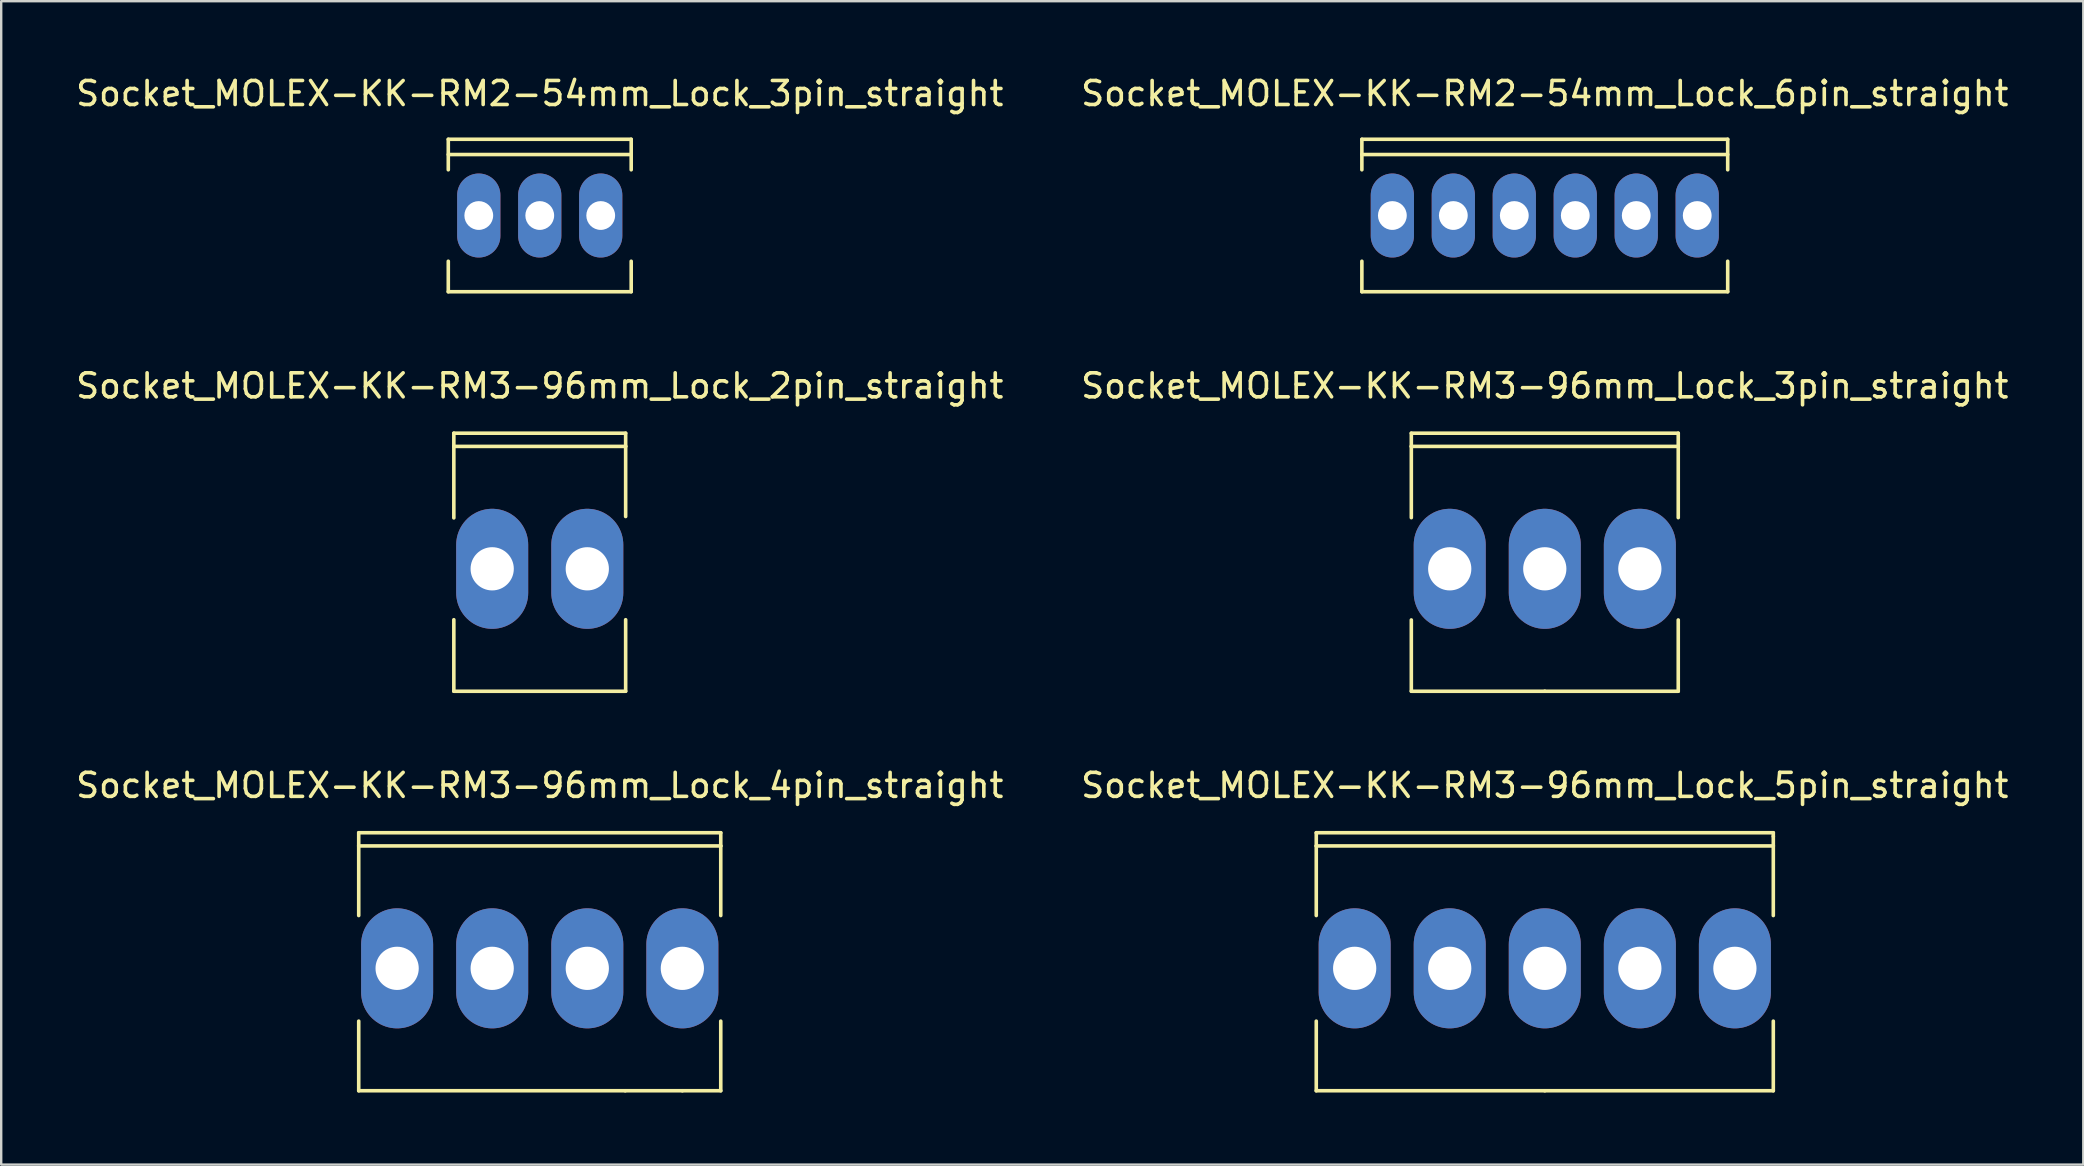
<source format=kicad_pcb>
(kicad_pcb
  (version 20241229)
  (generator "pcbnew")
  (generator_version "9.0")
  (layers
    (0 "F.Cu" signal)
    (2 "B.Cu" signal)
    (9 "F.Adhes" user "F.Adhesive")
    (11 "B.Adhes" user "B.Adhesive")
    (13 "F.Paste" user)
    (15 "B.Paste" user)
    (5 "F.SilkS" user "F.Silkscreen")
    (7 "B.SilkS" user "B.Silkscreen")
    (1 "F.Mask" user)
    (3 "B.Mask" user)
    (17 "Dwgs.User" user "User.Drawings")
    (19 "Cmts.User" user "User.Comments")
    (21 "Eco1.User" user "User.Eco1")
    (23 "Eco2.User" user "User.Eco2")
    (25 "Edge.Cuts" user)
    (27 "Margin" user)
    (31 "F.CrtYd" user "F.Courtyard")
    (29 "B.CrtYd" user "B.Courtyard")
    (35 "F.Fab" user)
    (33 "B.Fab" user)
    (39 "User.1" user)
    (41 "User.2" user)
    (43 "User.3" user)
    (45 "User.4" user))
  (footprint "Socket_MOLEX-KK-RM2-54mm_Lock_3pin_straight"
    (layer "F.Cu")
    (at 19.435 5.928)
    (property "Reference" "Socket_MOLEX-KK-RM2-54mm_Lock_3pin_straight" (at 0 -5.08 0) (layer "F.SilkS") (effects (font (size 1 1) (thickness 0.15))))
    (attr through_hole)
    (fp_line (start -3.81 -3.175) (end 3.81 -3.175) (stroke (width 0.15) (type solid)) (layer "F.SilkS"))
    (fp_line (start -3.81 -1.905) (end -3.81 -3.175) (stroke (width 0.15) (type solid)) (layer "F.SilkS"))
    (fp_line (start -3.81 3.175) (end -3.81 1.905) (stroke (width 0.15) (type solid)) (layer "F.SilkS"))
    (fp_line (start 3.81 -3.175) (end 3.81 -1.905) (stroke (width 0.15) (type solid)) (layer "F.SilkS"))
    (fp_line (start 3.81 -2.54) (end -3.81 -2.54) (stroke (width 0.15) (type solid)) (layer "F.SilkS"))
    (fp_line (start 3.81 1.905) (end 3.81 3.175) (stroke (width 0.15) (type solid)) (layer "F.SilkS"))
    (fp_line (start 3.81 3.175) (end -3.81 3.175) (stroke (width 0.15) (type solid)) (layer "F.SilkS"))
    (pad "1" thru_hole oval (at -2.54 0) (size 1.801 3.5) (drill 1.199) (layers "*.Cu" "*.Mask"))
    (pad "2" thru_hole oval (at 0 0) (size 1.801 3.5) (drill 1.199) (layers "*.Cu" "*.Mask"))
    (pad "3" thru_hole oval (at 2.54 0) (size 1.801 3.5) (drill 1.199) (layers "*.Cu" "*.Mask")))
  (footprint "Socket_MOLEX-KK-RM3-96mm_Lock_2pin_straight"
    (layer "F.Cu")
    (at 19.435 20.646)
    (property "Reference" "Socket_MOLEX-KK-RM3-96mm_Lock_2pin_straight" (at 0 -7.62 0) (layer "F.SilkS") (effects (font (size 1 1) (thickness 0.15))))
    (attr through_hole)
    (fp_line (start -3.579 -5.649) (end -3.579 -5.1) (stroke (width 0.15) (type solid)) (layer "F.SilkS"))
    (fp_line (start -3.579 -5.1) (end -3.579 -2.121) (stroke (width 0.15) (type solid)) (layer "F.SilkS"))
    (fp_line (start -3.579 2.121) (end -3.579 5.1) (stroke (width 0.15) (type solid)) (layer "F.SilkS"))
    (fp_line (start -3.579 5.1) (end 3.579 5.1) (stroke (width 0.15) (type solid)) (layer "F.SilkS"))
    (fp_line (start 3.579 -5.649) (end -3.579 -5.649) (stroke (width 0.15) (type solid)) (layer "F.SilkS"))
    (fp_line (start 3.579 -5.1) (end -3.579 -5.1) (stroke (width 0.15) (type solid)) (layer "F.SilkS"))
    (fp_line (start 3.579 -5.1) (end 3.579 -5.649) (stroke (width 0.15) (type solid)) (layer "F.SilkS"))
    (fp_line (start 3.579 -2.179) (end 3.579 -5.1) (stroke (width 0.15) (type solid)) (layer "F.SilkS"))
    (fp_line (start 3.579 5.1) (end 3.579 2.121) (stroke (width 0.15) (type solid)) (layer "F.SilkS"))
    (pad "1" thru_hole oval (at -1.981 0) (size 3 5.001) (drill 1.801) (layers "*.Cu" "*.Mask"))
    (pad "2" thru_hole oval (at 1.981 0) (size 3 5.001) (drill 1.801) (layers "*.Cu" "*.Mask")))
  (footprint "Socket_MOLEX-KK-RM2-54mm_Lock_6pin_straight"
    (layer "F.Cu")
    (at 61.304 5.928)
    (property "Reference" "Socket_MOLEX-KK-RM2-54mm_Lock_6pin_straight" (at 0 -5.08 0) (layer "F.SilkS") (effects (font (size 1 1) (thickness 0.15))))
    (attr through_hole)
    (fp_line (start -7.62 -3.175) (end 7.62 -3.175) (stroke (width 0.15) (type solid)) (layer "F.SilkS"))
    (fp_line (start -7.62 -1.905) (end -7.62 -3.175) (stroke (width 0.15) (type solid)) (layer "F.SilkS"))
    (fp_line (start -7.62 3.175) (end -7.62 1.905) (stroke (width 0.15) (type solid)) (layer "F.SilkS"))
    (fp_line (start 7.62 -3.175) (end 7.62 -1.905) (stroke (width 0.15) (type solid)) (layer "F.SilkS"))
    (fp_line (start 7.62 -2.54) (end -7.62 -2.54) (stroke (width 0.15) (type solid)) (layer "F.SilkS"))
    (fp_line (start 7.62 3.175) (end -7.62 3.175) (stroke (width 0.15) (type solid)) (layer "F.SilkS"))
    (fp_line (start 7.62 3.175) (end 7.62 1.905) (stroke (width 0.15) (type solid)) (layer "F.SilkS"))
    (pad "1" thru_hole oval (at -6.35 0) (size 1.801 3.5) (drill 1.199) (layers "*.Cu" "*.Mask"))
    (pad "2" thru_hole oval (at -3.81 0) (size 1.801 3.5) (drill 1.199) (layers "*.Cu" "*.Mask"))
    (pad "3" thru_hole oval (at -1.27 0) (size 1.801 3.5) (drill 1.199) (layers "*.Cu" "*.Mask"))
    (pad "4" thru_hole oval (at 1.27 0) (size 1.801 3.5) (drill 1.199) (layers "*.Cu" "*.Mask"))
    (pad "5" thru_hole oval (at 3.81 0) (size 1.801 3.5) (drill 1.199) (layers "*.Cu" "*.Mask"))
    (pad "6" thru_hole oval (at 6.35 0) (size 1.801 3.5) (drill 1.199) (layers "*.Cu" "*.Mask")))
  (footprint "Socket_MOLEX-KK-RM3-96mm_Lock_3pin_straight"
    (layer "F.Cu")
    (at 61.304 20.646)
    (property "Reference" "Socket_MOLEX-KK-RM3-96mm_Lock_3pin_straight" (at 0 -7.62 0) (layer "F.SilkS") (effects (font (size 1 1) (thickness 0.15))))
    (attr through_hole)
    (fp_line (start -5.56 -5.649) (end -5.56 -5.1) (stroke (width 0.15) (type solid)) (layer "F.SilkS"))
    (fp_line (start -5.56 -5.1) (end -5.56 -2.131) (stroke (width 0.15) (type solid)) (layer "F.SilkS"))
    (fp_line (start -5.56 2.131) (end -5.56 5.1) (stroke (width 0.15) (type solid)) (layer "F.SilkS"))
    (fp_line (start -5.56 5.1) (end 0 5.1) (stroke (width 0.15) (type solid)) (layer "F.SilkS"))
    (fp_line (start 0 5.1) (end 5.56 5.1) (stroke (width 0.15) (type solid)) (layer "F.SilkS"))
    (fp_line (start 5.56 -5.649) (end -5.56 -5.649) (stroke (width 0.15) (type solid)) (layer "F.SilkS"))
    (fp_line (start 5.56 -5.1) (end -5.56 -5.1) (stroke (width 0.15) (type solid)) (layer "F.SilkS"))
    (fp_line (start 5.56 -5.1) (end 5.56 -5.649) (stroke (width 0.15) (type solid)) (layer "F.SilkS"))
    (fp_line (start 5.56 -2.131) (end 5.56 -5.1) (stroke (width 0.15) (type solid)) (layer "F.SilkS"))
    (fp_line (start 5.56 5.1) (end 5.56 2.131) (stroke (width 0.15) (type solid)) (layer "F.SilkS"))
    (pad "1" thru_hole oval (at -3.96 0) (size 3 5.001) (drill 1.801) (layers "*.Cu" "*.Mask"))
    (pad "2" thru_hole oval (at 0 0) (size 3 5.001) (drill 1.801) (layers "*.Cu" "*.Mask"))
    (pad "3" thru_hole oval (at 3.96 0) (size 3 5.001) (drill 1.801) (layers "*.Cu" "*.Mask")))
  (footprint "Socket_MOLEX-KK-RM3-96mm_Lock_5pin_straight"
    (layer "F.Cu")
    (at 61.304 37.29)
    (property "Reference" "Socket_MOLEX-KK-RM3-96mm_Lock_5pin_straight" (at 0 -7.62 0) (layer "F.SilkS") (effects (font (size 1 1) (thickness 0.15))))
    (attr through_hole)
    (fp_line (start -9.52 -5.649) (end -9.52 -5.1) (stroke (width 0.15) (type solid)) (layer "F.SilkS"))
    (fp_line (start -9.52 -5.1) (end -9.52 -2.2) (stroke (width 0.15) (type solid)) (layer "F.SilkS"))
    (fp_line (start -9.52 2.2) (end -9.52 5.1) (stroke (width 0.15) (type solid)) (layer "F.SilkS"))
    (fp_line (start -9.52 5.1) (end 0 5.1) (stroke (width 0.15) (type solid)) (layer "F.SilkS"))
    (fp_line (start 0 5.1) (end 9.52 5.1) (stroke (width 0.15) (type solid)) (layer "F.SilkS"))
    (fp_line (start 9.52 -5.649) (end -9.52 -5.649) (stroke (width 0.15) (type solid)) (layer "F.SilkS"))
    (fp_line (start 9.52 -5.499) (end 9.52 -5.649) (stroke (width 0.15) (type solid)) (layer "F.SilkS"))
    (fp_line (start 9.52 -5.1) (end -9.52 -5.1) (stroke (width 0.15) (type solid)) (layer "F.SilkS"))
    (fp_line (start 9.52 -5.1) (end 9.52 -5.499) (stroke (width 0.15) (type solid)) (layer "F.SilkS"))
    (fp_line (start 9.52 -2.2) (end 9.52 -5.1) (stroke (width 0.15) (type solid)) (layer "F.SilkS"))
    (fp_line (start 9.52 5.1) (end 9.52 2.2) (stroke (width 0.15) (type solid)) (layer "F.SilkS"))
    (pad "1" thru_hole oval (at -7.92 0) (size 3 5.001) (drill 1.801) (layers "*.Cu" "*.Mask"))
    (pad "2" thru_hole oval (at -3.96 0) (size 3 5.001) (drill 1.801) (layers "*.Cu" "*.Mask"))
    (pad "3" thru_hole oval (at 0 0) (size 3 5.001) (drill 1.801) (layers "*.Cu" "*.Mask"))
    (pad "4" thru_hole oval (at 3.96 0) (size 3 5.001) (drill 1.801) (layers "*.Cu" "*.Mask"))
    (pad "5" thru_hole oval (at 7.92 0) (size 3 5.001) (drill 1.801) (layers "*.Cu" "*.Mask")))
  (footprint "Socket_MOLEX-KK-RM3-96mm_Lock_4pin_straight"
    (layer "F.Cu")
    (at 19.435 37.29)
    (property "Reference" "Socket_MOLEX-KK-RM3-96mm_Lock_4pin_straight" (at 0 -7.62 0) (layer "F.SilkS") (effects (font (size 1 1) (thickness 0.15))))
    (attr through_hole)
    (fp_line (start -7.541 -5.649) (end -7.541 -5.1) (stroke (width 0.15) (type solid)) (layer "F.SilkS"))
    (fp_line (start -7.541 -5.1) (end -7.541 -2.2) (stroke (width 0.15) (type solid)) (layer "F.SilkS"))
    (fp_line (start -7.541 2.2) (end -7.541 5.1) (stroke (width 0.15) (type solid)) (layer "F.SilkS"))
    (fp_line (start -7.541 5.1) (end 3.561 5.1) (stroke (width 0.15) (type solid)) (layer "F.SilkS"))
    (fp_line (start 3.561 5.1) (end 5.941 5.1) (stroke (width 0.15) (type solid)) (layer "F.SilkS"))
    (fp_line (start 5.941 5.1) (end 7.541 5.1) (stroke (width 0.15) (type solid)) (layer "F.SilkS"))
    (fp_line (start 7.541 -5.649) (end -7.541 -5.649) (stroke (width 0.15) (type solid)) (layer "F.SilkS"))
    (fp_line (start 7.541 -5.1) (end -7.541 -5.1) (stroke (width 0.15) (type solid)) (layer "F.SilkS"))
    (fp_line (start 7.541 -5.1) (end 7.541 -5.649) (stroke (width 0.15) (type solid)) (layer "F.SilkS"))
    (fp_line (start 7.541 -2.2) (end 7.541 -5.1) (stroke (width 0.15) (type solid)) (layer "F.SilkS"))
    (fp_line (start 7.541 5.1) (end 7.541 2.2) (stroke (width 0.15) (type solid)) (layer "F.SilkS"))
    (pad "1" thru_hole oval (at -5.941 0) (size 3 5.001) (drill 1.801) (layers "*.Cu" "*.Mask"))
    (pad "2" thru_hole oval (at -1.981 0) (size 3 5.001) (drill 1.801) (layers "*.Cu" "*.Mask"))
    (pad "3" thru_hole oval (at 1.981 0) (size 3 5.001) (drill 1.801) (layers "*.Cu" "*.Mask"))
    (pad "4" thru_hole oval (at 5.941 0) (size 3 5.001) (drill 1.801) (layers "*.Cu" "*.Mask")))
  (gr_rect
    (start -3 -3)
    (end 83.738 45.465)
    (stroke (width 0.1) (type default))
    (fill no)
    (layer "Edge.Cuts")))
</source>
